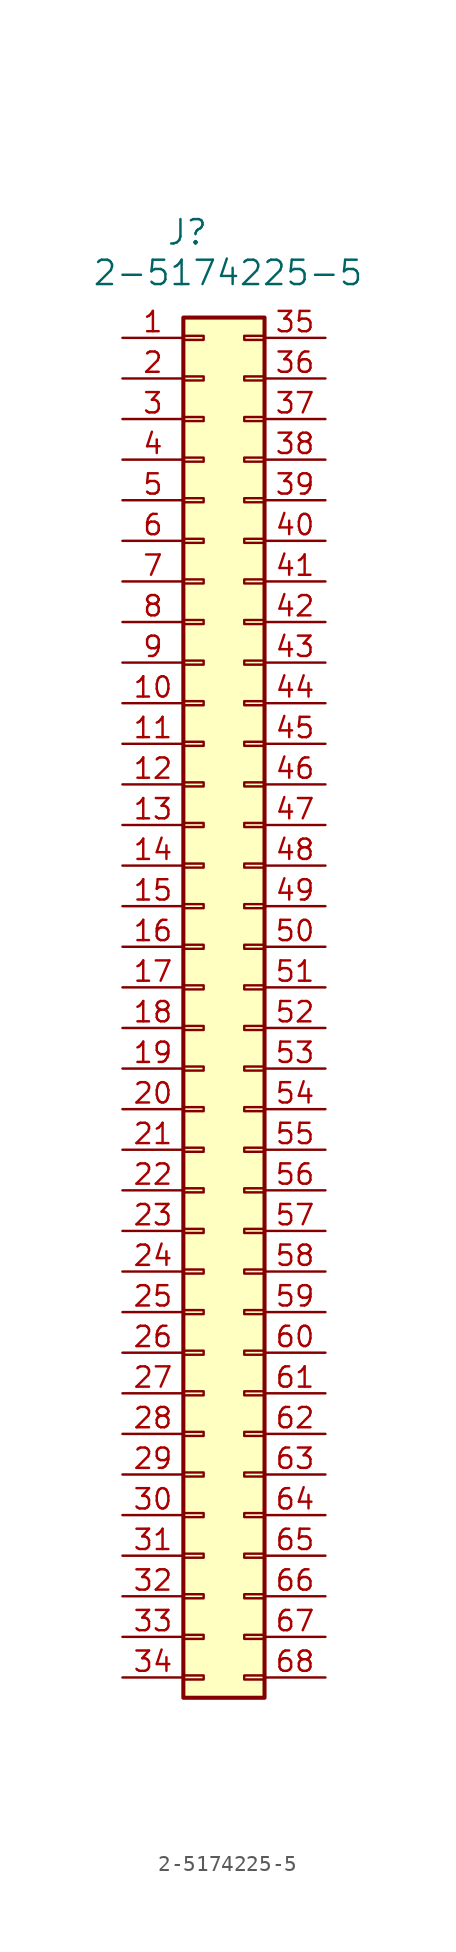
<source format=kicad_sym>
(kicad_symbol_lib
  (version 20231120)
  (generator "kicad_symbol_editor")
  (generator_version "8.0")
  (symbol "2-5174225-5"
    (pin_names
      (offset 1.016) hide)
    (property "Reference" "J"
      (at -2.286 5.334 0)
      (effects (font (size 1.524 1.524))))
    (property "Value" "2-5174225-5"
      (at 0.254 2.794 0)
      (effects (font (size 1.524 1.524))))
    (symbol "2-5174225-5_1_1"
      (rectangle (start -2.54 -84.963) (end -1.27 -85.217) (stroke (width 0.152) (type solid)) (fill (type none)))
      (rectangle (start -2.54 -82.423) (end -1.27 -82.677) (stroke (width 0.152) (type solid)) (fill (type none)))
      (rectangle (start -2.54 -79.883) (end -1.27 -80.137) (stroke (width 0.152) (type solid)) (fill (type none)))
      (rectangle (start -2.54 -77.343) (end -1.27 -77.597) (stroke (width 0.152) (type solid)) (fill (type none)))
      (rectangle (start -2.54 -74.803) (end -1.27 -75.057) (stroke (width 0.152) (type solid)) (fill (type none)))
      (rectangle (start -2.54 -72.263) (end -1.27 -72.517) (stroke (width 0.152) (type solid)) (fill (type none)))
      (rectangle (start -2.54 -69.723) (end -1.27 -69.977) (stroke (width 0.152) (type solid)) (fill (type none)))
      (rectangle (start -2.54 -67.183) (end -1.27 -67.437) (stroke (width 0.152) (type solid)) (fill (type none)))
      (rectangle (start -2.54 -64.643) (end -1.27 -64.897) (stroke (width 0.152) (type solid)) (fill (type none)))
      (rectangle (start -2.54 -62.103) (end -1.27 -62.357) (stroke (width 0.152) (type solid)) (fill (type none)))
      (rectangle (start -2.54 -59.563) (end -1.27 -59.817) (stroke (width 0.152) (type solid)) (fill (type none)))
      (rectangle (start -2.54 -57.023) (end -1.27 -57.277) (stroke (width 0.152) (type solid)) (fill (type none)))
      (rectangle (start -2.54 -54.483) (end -1.27 -54.737) (stroke (width 0.152) (type solid)) (fill (type none)))
      (rectangle (start -2.54 -51.943) (end -1.27 -52.197) (stroke (width 0.152) (type solid)) (fill (type none)))
      (rectangle (start -2.54 -49.403) (end -1.27 -49.657) (stroke (width 0.152) (type solid)) (fill (type none)))
      (rectangle (start -2.54 -46.863) (end -1.27 -47.117) (stroke (width 0.152) (type solid)) (fill (type none)))
      (rectangle (start -2.54 -44.323) (end -1.27 -44.577) (stroke (width 0.152) (type solid)) (fill (type none)))
      (rectangle (start -2.54 -41.783) (end -1.27 -42.037) (stroke (width 0.152) (type solid)) (fill (type none)))
      (rectangle (start -2.54 -39.243) (end -1.27 -39.497) (stroke (width 0.152) (type solid)) (fill (type none)))
      (rectangle (start -2.54 -36.703) (end -1.27 -36.957) (stroke (width 0.152) (type solid)) (fill (type none)))
      (rectangle (start -2.54 -34.163) (end -1.27 -34.417) (stroke (width 0.152) (type solid)) (fill (type none)))
      (rectangle (start -2.54 -31.623) (end -1.27 -31.877) (stroke (width 0.152) (type solid)) (fill (type none)))
      (rectangle (start -2.54 -29.083) (end -1.27 -29.337) (stroke (width 0.152) (type solid)) (fill (type none)))
      (rectangle (start -2.54 -26.543) (end -1.27 -26.797) (stroke (width 0.152) (type solid)) (fill (type none)))
      (rectangle (start -2.54 -24.003) (end -1.27 -24.257) (stroke (width 0.152) (type solid)) (fill (type none)))
      (rectangle (start -2.54 -21.463) (end -1.27 -21.717) (stroke (width 0.152) (type solid)) (fill (type none)))
      (rectangle (start -2.54 -18.923) (end -1.27 -19.177) (stroke (width 0.152) (type solid)) (fill (type none)))
      (rectangle (start -2.54 -16.383) (end -1.27 -16.637) (stroke (width 0.152) (type solid)) (fill (type none)))
      (rectangle (start -2.54 -13.843) (end -1.27 -14.097) (stroke (width 0.152) (type solid)) (fill (type none)))
      (rectangle (start -2.54 -11.303) (end -1.27 -11.557) (stroke (width 0.152) (type solid)) (fill (type none)))
      (rectangle (start -2.54 -8.763) (end -1.27 -9.017) (stroke (width 0.152) (type solid)) (fill (type none)))
      (rectangle (start -2.54 -6.223) (end -1.27 -6.477) (stroke (width 0.152) (type solid)) (fill (type none)))
      (rectangle (start -2.54 -3.683) (end -1.27 -3.937) (stroke (width 0.152) (type solid)) (fill (type none)))
      (rectangle (start -2.54 -1.143) (end -1.27 -1.397) (stroke (width 0.152) (type solid)) (fill (type none)))
      (rectangle (start -2.54 0) (end 2.54 -86.36) (stroke (width 0.254) (type solid)) (fill (type background)))
      (rectangle (start 2.54 -84.963) (end 1.27 -85.217) (stroke (width 0.152) (type solid)) (fill (type none)))
      (rectangle (start 2.54 -82.423) (end 1.27 -82.677) (stroke (width 0.152) (type solid)) (fill (type none)))
      (rectangle (start 2.54 -79.883) (end 1.27 -80.137) (stroke (width 0.152) (type solid)) (fill (type none)))
      (rectangle (start 2.54 -77.343) (end 1.27 -77.597) (stroke (width 0.152) (type solid)) (fill (type none)))
      (rectangle (start 2.54 -74.803) (end 1.27 -75.057) (stroke (width 0.152) (type solid)) (fill (type none)))
      (rectangle (start 2.54 -72.263) (end 1.27 -72.517) (stroke (width 0.152) (type solid)) (fill (type none)))
      (rectangle (start 2.54 -69.723) (end 1.27 -69.977) (stroke (width 0.152) (type solid)) (fill (type none)))
      (rectangle (start 2.54 -67.183) (end 1.27 -67.437) (stroke (width 0.152) (type solid)) (fill (type none)))
      (rectangle (start 2.54 -64.643) (end 1.27 -64.897) (stroke (width 0.152) (type solid)) (fill (type none)))
      (rectangle (start 2.54 -62.103) (end 1.27 -62.357) (stroke (width 0.152) (type solid)) (fill (type none)))
      (rectangle (start 2.54 -59.563) (end 1.27 -59.817) (stroke (width 0.152) (type solid)) (fill (type none)))
      (rectangle (start 2.54 -57.023) (end 1.27 -57.277) (stroke (width 0.152) (type solid)) (fill (type none)))
      (rectangle (start 2.54 -54.483) (end 1.27 -54.737) (stroke (width 0.152) (type solid)) (fill (type none)))
      (rectangle (start 2.54 -51.943) (end 1.27 -52.197) (stroke (width 0.152) (type solid)) (fill (type none)))
      (rectangle (start 2.54 -49.403) (end 1.27 -49.657) (stroke (width 0.152) (type solid)) (fill (type none)))
      (rectangle (start 2.54 -46.863) (end 1.27 -47.117) (stroke (width 0.152) (type solid)) (fill (type none)))
      (rectangle (start 2.54 -44.323) (end 1.27 -44.577) (stroke (width 0.152) (type solid)) (fill (type none)))
      (rectangle (start 2.54 -41.783) (end 1.27 -42.037) (stroke (width 0.152) (type solid)) (fill (type none)))
      (rectangle (start 2.54 -39.243) (end 1.27 -39.497) (stroke (width 0.152) (type solid)) (fill (type none)))
      (rectangle (start 2.54 -36.703) (end 1.27 -36.957) (stroke (width 0.152) (type solid)) (fill (type none)))
      (rectangle (start 2.54 -34.163) (end 1.27 -34.417) (stroke (width 0.152) (type solid)) (fill (type none)))
      (rectangle (start 2.54 -31.623) (end 1.27 -31.877) (stroke (width 0.152) (type solid)) (fill (type none)))
      (rectangle (start 2.54 -29.083) (end 1.27 -29.337) (stroke (width 0.152) (type solid)) (fill (type none)))
      (rectangle (start 2.54 -26.543) (end 1.27 -26.797) (stroke (width 0.152) (type solid)) (fill (type none)))
      (rectangle (start 2.54 -24.003) (end 1.27 -24.257) (stroke (width 0.152) (type solid)) (fill (type none)))
      (rectangle (start 2.54 -21.463) (end 1.27 -21.717) (stroke (width 0.152) (type solid)) (fill (type none)))
      (rectangle (start 2.54 -18.923) (end 1.27 -19.177) (stroke (width 0.152) (type solid)) (fill (type none)))
      (rectangle (start 2.54 -16.383) (end 1.27 -16.637) (stroke (width 0.152) (type solid)) (fill (type none)))
      (rectangle (start 2.54 -13.843) (end 1.27 -14.097) (stroke (width 0.152) (type solid)) (fill (type none)))
      (rectangle (start 2.54 -11.303) (end 1.27 -11.557) (stroke (width 0.152) (type solid)) (fill (type none)))
      (rectangle (start 2.54 -8.763) (end 1.27 -9.017) (stroke (width 0.152) (type solid)) (fill (type none)))
      (rectangle (start 2.54 -6.223) (end 1.27 -6.477) (stroke (width 0.152) (type solid)) (fill (type none)))
      (rectangle (start 2.54 -3.683) (end 1.27 -3.937) (stroke (width 0.152) (type solid)) (fill (type none)))
      (rectangle (start 2.54 -1.143) (end 1.27 -1.397) (stroke (width 0.152) (type solid)) (fill (type none)))
      (pin passive line (at -6.35 -1.27 0) (length 3.81) (name "Pin_1" (effects (font (size 1.27 1.27)))) (number "1" (effects (font (size 1.27 1.27)))))
      (pin passive line (at -6.35 -24.13 0) (length 3.81) (name "Pin_10" (effects (font (size 1.27 1.27)))) (number "10" (effects (font (size 1.27 1.27)))))
      (pin passive line (at -6.35 -26.67 0) (length 3.81) (name "Pin_11" (effects (font (size 1.27 1.27)))) (number "11" (effects (font (size 1.27 1.27)))))
      (pin passive line (at -6.35 -29.21 0) (length 3.81) (name "Pin_12" (effects (font (size 1.27 1.27)))) (number "12" (effects (font (size 1.27 1.27)))))
      (pin passive line (at -6.35 -31.75 0) (length 3.81) (name "Pin_13" (effects (font (size 1.27 1.27)))) (number "13" (effects (font (size 1.27 1.27)))))
      (pin passive line (at -6.35 -34.29 0) (length 3.81) (name "Pin_14" (effects (font (size 1.27 1.27)))) (number "14" (effects (font (size 1.27 1.27)))))
      (pin passive line (at -6.35 -36.83 0) (length 3.81) (name "Pin_15" (effects (font (size 1.27 1.27)))) (number "15" (effects (font (size 1.27 1.27)))))
      (pin passive line (at -6.35 -39.37 0) (length 3.81) (name "Pin_16" (effects (font (size 1.27 1.27)))) (number "16" (effects (font (size 1.27 1.27)))))
      (pin passive line (at -6.35 -41.91 0) (length 3.81) (name "Pin_17" (effects (font (size 1.27 1.27)))) (number "17" (effects (font (size 1.27 1.27)))))
      (pin passive line (at -6.35 -44.45 0) (length 3.81) (name "Pin_18" (effects (font (size 1.27 1.27)))) (number "18" (effects (font (size 1.27 1.27)))))
      (pin passive line (at -6.35 -46.99 0) (length 3.81) (name "Pin_19" (effects (font (size 1.27 1.27)))) (number "19" (effects (font (size 1.27 1.27)))))
      (pin passive line (at -6.35 -3.81 0) (length 3.81) (name "Pin_2" (effects (font (size 1.27 1.27)))) (number "2" (effects (font (size 1.27 1.27)))))
      (pin passive line (at -6.35 -49.53 0) (length 3.81) (name "Pin_20" (effects (font (size 1.27 1.27)))) (number "20" (effects (font (size 1.27 1.27)))))
      (pin passive line (at -6.35 -52.07 0) (length 3.81) (name "Pin_21" (effects (font (size 1.27 1.27)))) (number "21" (effects (font (size 1.27 1.27)))))
      (pin passive line (at -6.35 -54.61 0) (length 3.81) (name "Pin_22" (effects (font (size 1.27 1.27)))) (number "22" (effects (font (size 1.27 1.27)))))
      (pin passive line (at -6.35 -57.15 0) (length 3.81) (name "Pin_23" (effects (font (size 1.27 1.27)))) (number "23" (effects (font (size 1.27 1.27)))))
      (pin passive line (at -6.35 -59.69 0) (length 3.81) (name "Pin_24" (effects (font (size 1.27 1.27)))) (number "24" (effects (font (size 1.27 1.27)))))
      (pin passive line (at -6.35 -62.23 0) (length 3.81) (name "Pin_25" (effects (font (size 1.27 1.27)))) (number "25" (effects (font (size 1.27 1.27)))))
      (pin passive line (at -6.35 -64.77 0) (length 3.81) (name "Pin_26" (effects (font (size 1.27 1.27)))) (number "26" (effects (font (size 1.27 1.27)))))
      (pin passive line (at -6.35 -67.31 0) (length 3.81) (name "Pin_27" (effects (font (size 1.27 1.27)))) (number "27" (effects (font (size 1.27 1.27)))))
      (pin passive line (at -6.35 -69.85 0) (length 3.81) (name "Pin_28" (effects (font (size 1.27 1.27)))) (number "28" (effects (font (size 1.27 1.27)))))
      (pin passive line (at -6.35 -72.39 0) (length 3.81) (name "Pin_29" (effects (font (size 1.27 1.27)))) (number "29" (effects (font (size 1.27 1.27)))))
      (pin passive line (at -6.35 -6.35 0) (length 3.81) (name "Pin_3" (effects (font (size 1.27 1.27)))) (number "3" (effects (font (size 1.27 1.27)))))
      (pin passive line (at -6.35 -74.93 0) (length 3.81) (name "Pin_30" (effects (font (size 1.27 1.27)))) (number "30" (effects (font (size 1.27 1.27)))))
      (pin passive line (at -6.35 -77.47 0) (length 3.81) (name "Pin_31" (effects (font (size 1.27 1.27)))) (number "31" (effects (font (size 1.27 1.27)))))
      (pin passive line (at -6.35 -80.01 0) (length 3.81) (name "Pin_32" (effects (font (size 1.27 1.27)))) (number "32" (effects (font (size 1.27 1.27)))))
      (pin passive line (at -6.35 -82.55 0) (length 3.81) (name "Pin_33" (effects (font (size 1.27 1.27)))) (number "33" (effects (font (size 1.27 1.27)))))
      (pin passive line (at -6.35 -85.09 0) (length 3.81) (name "Pin_34" (effects (font (size 1.27 1.27)))) (number "34" (effects (font (size 1.27 1.27)))))
      (pin passive line (at 6.35 -1.27 180) (length 3.81) (name "Pin_35" (effects (font (size 1.27 1.27)))) (number "35" (effects (font (size 1.27 1.27)))))
      (pin passive line (at 6.35 -3.81 180) (length 3.81) (name "Pin_36" (effects (font (size 1.27 1.27)))) (number "36" (effects (font (size 1.27 1.27)))))
      (pin passive line (at 6.35 -6.35 180) (length 3.81) (name "Pin_37" (effects (font (size 1.27 1.27)))) (number "37" (effects (font (size 1.27 1.27)))))
      (pin passive line (at 6.35 -8.89 180) (length 3.81) (name "Pin_38" (effects (font (size 1.27 1.27)))) (number "38" (effects (font (size 1.27 1.27)))))
      (pin passive line (at 6.35 -11.43 180) (length 3.81) (name "Pin_39" (effects (font (size 1.27 1.27)))) (number "39" (effects (font (size 1.27 1.27)))))
      (pin passive line (at -6.35 -8.89 0) (length 3.81) (name "Pin_4" (effects (font (size 1.27 1.27)))) (number "4" (effects (font (size 1.27 1.27)))))
      (pin passive line (at 6.35 -13.97 180) (length 3.81) (name "Pin_40" (effects (font (size 1.27 1.27)))) (number "40" (effects (font (size 1.27 1.27)))))
      (pin passive line (at 6.35 -16.51 180) (length 3.81) (name "Pin_41" (effects (font (size 1.27 1.27)))) (number "41" (effects (font (size 1.27 1.27)))))
      (pin passive line (at 6.35 -19.05 180) (length 3.81) (name "Pin_42" (effects (font (size 1.27 1.27)))) (number "42" (effects (font (size 1.27 1.27)))))
      (pin passive line (at 6.35 -21.59 180) (length 3.81) (name "Pin_43" (effects (font (size 1.27 1.27)))) (number "43" (effects (font (size 1.27 1.27)))))
      (pin passive line (at 6.35 -24.13 180) (length 3.81) (name "Pin_44" (effects (font (size 1.27 1.27)))) (number "44" (effects (font (size 1.27 1.27)))))
      (pin passive line (at 6.35 -26.67 180) (length 3.81) (name "Pin_45" (effects (font (size 1.27 1.27)))) (number "45" (effects (font (size 1.27 1.27)))))
      (pin passive line (at 6.35 -29.21 180) (length 3.81) (name "Pin_46" (effects (font (size 1.27 1.27)))) (number "46" (effects (font (size 1.27 1.27)))))
      (pin passive line (at 6.35 -31.75 180) (length 3.81) (name "Pin_47" (effects (font (size 1.27 1.27)))) (number "47" (effects (font (size 1.27 1.27)))))
      (pin passive line (at 6.35 -34.29 180) (length 3.81) (name "Pin_48" (effects (font (size 1.27 1.27)))) (number "48" (effects (font (size 1.27 1.27)))))
      (pin passive line (at 6.35 -36.83 180) (length 3.81) (name "Pin_49" (effects (font (size 1.27 1.27)))) (number "49" (effects (font (size 1.27 1.27)))))
      (pin passive line (at -6.35 -11.43 0) (length 3.81) (name "Pin_5" (effects (font (size 1.27 1.27)))) (number "5" (effects (font (size 1.27 1.27)))))
      (pin passive line (at 6.35 -39.37 180) (length 3.81) (name "Pin_50" (effects (font (size 1.27 1.27)))) (number "50" (effects (font (size 1.27 1.27)))))
      (pin passive line (at 6.35 -41.91 180) (length 3.81) (name "Pin_51" (effects (font (size 1.27 1.27)))) (number "51" (effects (font (size 1.27 1.27)))))
      (pin passive line (at 6.35 -44.45 180) (length 3.81) (name "Pin_52" (effects (font (size 1.27 1.27)))) (number "52" (effects (font (size 1.27 1.27)))))
      (pin passive line (at 6.35 -46.99 180) (length 3.81) (name "Pin_53" (effects (font (size 1.27 1.27)))) (number "53" (effects (font (size 1.27 1.27)))))
      (pin passive line (at 6.35 -49.53 180) (length 3.81) (name "Pin_54" (effects (font (size 1.27 1.27)))) (number "54" (effects (font (size 1.27 1.27)))))
      (pin passive line (at 6.35 -52.07 180) (length 3.81) (name "Pin_55" (effects (font (size 1.27 1.27)))) (number "55" (effects (font (size 1.27 1.27)))))
      (pin passive line (at 6.35 -54.61 180) (length 3.81) (name "Pin_56" (effects (font (size 1.27 1.27)))) (number "56" (effects (font (size 1.27 1.27)))))
      (pin passive line (at 6.35 -57.15 180) (length 3.81) (name "Pin_57" (effects (font (size 1.27 1.27)))) (number "57" (effects (font (size 1.27 1.27)))))
      (pin passive line (at 6.35 -59.69 180) (length 3.81) (name "Pin_58" (effects (font (size 1.27 1.27)))) (number "58" (effects (font (size 1.27 1.27)))))
      (pin passive line (at 6.35 -62.23 180) (length 3.81) (name "Pin_59" (effects (font (size 1.27 1.27)))) (number "59" (effects (font (size 1.27 1.27)))))
      (pin passive line (at -6.35 -13.97 0) (length 3.81) (name "Pin_6" (effects (font (size 1.27 1.27)))) (number "6" (effects (font (size 1.27 1.27)))))
      (pin passive line (at 6.35 -64.77 180) (length 3.81) (name "Pin_60" (effects (font (size 1.27 1.27)))) (number "60" (effects (font (size 1.27 1.27)))))
      (pin passive line (at 6.35 -67.31 180) (length 3.81) (name "Pin_61" (effects (font (size 1.27 1.27)))) (number "61" (effects (font (size 1.27 1.27)))))
      (pin passive line (at 6.35 -69.85 180) (length 3.81) (name "Pin_62" (effects (font (size 1.27 1.27)))) (number "62" (effects (font (size 1.27 1.27)))))
      (pin passive line (at 6.35 -72.39 180) (length 3.81) (name "Pin_63" (effects (font (size 1.27 1.27)))) (number "63" (effects (font (size 1.27 1.27)))))
      (pin passive line (at 6.35 -74.93 180) (length 3.81) (name "Pin_64" (effects (font (size 1.27 1.27)))) (number "64" (effects (font (size 1.27 1.27)))))
      (pin passive line (at 6.35 -77.47 180) (length 3.81) (name "Pin_65" (effects (font (size 1.27 1.27)))) (number "65" (effects (font (size 1.27 1.27)))))
      (pin passive line (at 6.35 -80.01 180) (length 3.81) (name "Pin_66" (effects (font (size 1.27 1.27)))) (number "66" (effects (font (size 1.27 1.27)))))
      (pin passive line (at 6.35 -82.55 180) (length 3.81) (name "Pin_67" (effects (font (size 1.27 1.27)))) (number "67" (effects (font (size 1.27 1.27)))))
      (pin passive line (at 6.35 -85.09 180) (length 3.81) (name "Pin_68" (effects (font (size 1.27 1.27)))) (number "68" (effects (font (size 1.27 1.27)))))
      (pin passive line (at -6.35 -16.51 0) (length 3.81) (name "Pin_7" (effects (font (size 1.27 1.27)))) (number "7" (effects (font (size 1.27 1.27)))))
      (pin passive line (at -6.35 -19.05 0) (length 3.81) (name "Pin_8" (effects (font (size 1.27 1.27)))) (number "8" (effects (font (size 1.27 1.27)))))
      (pin passive line (at -6.35 -21.59 0) (length 3.81) (name "Pin_9" (effects (font (size 1.27 1.27)))) (number "9" (effects (font (size 1.27 1.27))))))))
</source>
